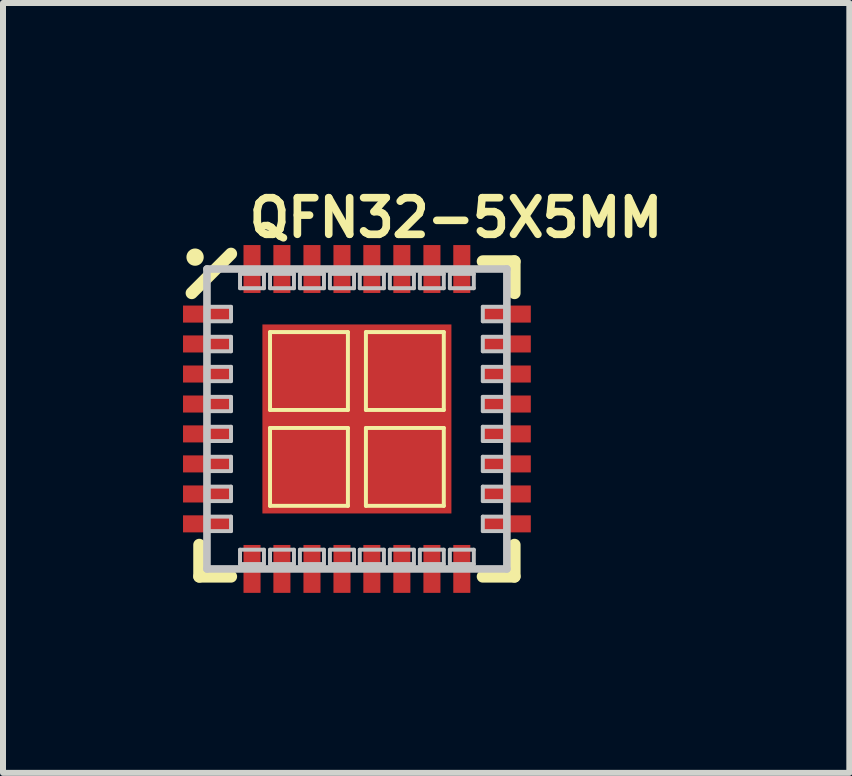
<source format=kicad_pcb>
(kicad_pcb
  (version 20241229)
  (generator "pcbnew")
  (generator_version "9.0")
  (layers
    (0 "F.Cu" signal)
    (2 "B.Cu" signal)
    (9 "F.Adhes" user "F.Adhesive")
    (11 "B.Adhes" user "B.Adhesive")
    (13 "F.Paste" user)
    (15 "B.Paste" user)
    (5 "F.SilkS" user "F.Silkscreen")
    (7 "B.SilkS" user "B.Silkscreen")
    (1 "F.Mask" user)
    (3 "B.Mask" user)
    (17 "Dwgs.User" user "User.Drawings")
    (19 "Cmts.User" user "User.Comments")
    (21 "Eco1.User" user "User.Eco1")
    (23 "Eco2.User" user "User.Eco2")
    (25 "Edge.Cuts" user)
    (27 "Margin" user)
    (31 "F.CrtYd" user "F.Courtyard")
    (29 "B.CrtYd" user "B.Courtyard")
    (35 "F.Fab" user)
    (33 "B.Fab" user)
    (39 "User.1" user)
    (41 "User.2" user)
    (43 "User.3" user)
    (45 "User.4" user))
  (footprint "QFN32-5X5MM"
    (layer "F.Cu")
    (at 2.898 3.932)
    (property "Reference" "QFN32-5X5MM" (at 1.651 -3.353 0) (layer "F.SilkS") (effects (font (size 0.61 0.61) (thickness 0.127))))
    (attr smd)
    (fp_line (start -2.626 2.626) (end -2.626 2.098) (stroke (width 0.203) (type solid)) (layer "F.SilkS"))
    (fp_line (start -2.098 -2.753) (end -2.753 -2.098) (stroke (width 0.203) (type solid)) (layer "F.SilkS"))
    (fp_line (start -2.098 2.626) (end -2.626 2.626) (stroke (width 0.203) (type solid)) (layer "F.SilkS"))
    (fp_line (start -1.448 -1.448) (end -0.15 -1.448) (stroke (width 0.066) (type solid)) (layer "F.SilkS"))
    (fp_line (start -1.448 -0.15) (end -1.448 -1.448) (stroke (width 0.066) (type solid)) (layer "F.SilkS"))
    (fp_line (start -1.448 -0.15) (end -0.15 -0.15) (stroke (width 0.066) (type solid)) (layer "F.SilkS"))
    (fp_line (start -1.448 0.15) (end -0.15 0.15) (stroke (width 0.066) (type solid)) (layer "F.SilkS"))
    (fp_line (start -1.448 1.448) (end -1.448 0.15) (stroke (width 0.066) (type solid)) (layer "F.SilkS"))
    (fp_line (start -1.448 1.448) (end -0.15 1.448) (stroke (width 0.066) (type solid)) (layer "F.SilkS"))
    (fp_line (start -0.15 -0.15) (end -0.15 -1.448) (stroke (width 0.066) (type solid)) (layer "F.SilkS"))
    (fp_line (start -0.15 1.448) (end -0.15 0.15) (stroke (width 0.066) (type solid)) (layer "F.SilkS"))
    (fp_line (start 0.15 -1.448) (end 1.448 -1.448) (stroke (width 0.066) (type solid)) (layer "F.SilkS"))
    (fp_line (start 0.15 -0.15) (end 0.15 -1.448) (stroke (width 0.066) (type solid)) (layer "F.SilkS"))
    (fp_line (start 0.15 -0.15) (end 1.448 -0.15) (stroke (width 0.066) (type solid)) (layer "F.SilkS"))
    (fp_line (start 0.15 0.15) (end 1.448 0.15) (stroke (width 0.066) (type solid)) (layer "F.SilkS"))
    (fp_line (start 0.15 1.448) (end 0.15 0.15) (stroke (width 0.066) (type solid)) (layer "F.SilkS"))
    (fp_line (start 0.15 1.448) (end 1.448 1.448) (stroke (width 0.066) (type solid)) (layer "F.SilkS"))
    (fp_line (start 1.448 -0.15) (end 1.448 -1.448) (stroke (width 0.066) (type solid)) (layer "F.SilkS"))
    (fp_line (start 1.448 1.448) (end 1.448 0.15) (stroke (width 0.066) (type solid)) (layer "F.SilkS"))
    (fp_line (start 2.098 -2.626) (end 2.626 -2.626) (stroke (width 0.203) (type solid)) (layer "F.SilkS"))
    (fp_line (start 2.626 -2.626) (end 2.626 -2.098) (stroke (width 0.203) (type solid)) (layer "F.SilkS"))
    (fp_line (start 2.626 2.098) (end 2.626 2.626) (stroke (width 0.203) (type solid)) (layer "F.SilkS"))
    (fp_line (start 2.626 2.626) (end 2.098 2.626) (stroke (width 0.203) (type solid)) (layer "F.SilkS"))
    (fp_circle (center -2.697 -2.697) (end -2.799 -2.799) (stroke (width 0) (type solid)) (fill yes) (layer "F.SilkS"))
    (fp_line (start -2.499 -2.499) (end -2.499 2.499) (stroke (width 0.127) (type solid)) (layer "Dwgs.User"))
    (fp_line (start -2.499 -1.869) (end -2.098 -1.869) (stroke (width 0.066) (type solid)) (layer "Dwgs.User"))
    (fp_line (start -2.499 -1.628) (end -2.499 -1.869) (stroke (width 0.066) (type solid)) (layer "Dwgs.User"))
    (fp_line (start -2.499 -1.628) (end -2.098 -1.628) (stroke (width 0.066) (type solid)) (layer "Dwgs.User"))
    (fp_line (start -2.499 -1.369) (end -2.098 -1.369) (stroke (width 0.066) (type solid)) (layer "Dwgs.User"))
    (fp_line (start -2.499 -1.128) (end -2.499 -1.369) (stroke (width 0.066) (type solid)) (layer "Dwgs.User"))
    (fp_line (start -2.499 -1.128) (end -2.098 -1.128) (stroke (width 0.066) (type solid)) (layer "Dwgs.User"))
    (fp_line (start -2.499 -0.869) (end -2.098 -0.869) (stroke (width 0.066) (type solid)) (layer "Dwgs.User"))
    (fp_line (start -2.499 -0.63) (end -2.499 -0.869) (stroke (width 0.066) (type solid)) (layer "Dwgs.User"))
    (fp_line (start -2.499 -0.63) (end -2.098 -0.63) (stroke (width 0.066) (type solid)) (layer "Dwgs.User"))
    (fp_line (start -2.499 -0.368) (end -2.098 -0.368) (stroke (width 0.066) (type solid)) (layer "Dwgs.User"))
    (fp_line (start -2.499 -0.13) (end -2.499 -0.368) (stroke (width 0.066) (type solid)) (layer "Dwgs.User"))
    (fp_line (start -2.499 -0.13) (end -2.098 -0.13) (stroke (width 0.066) (type solid)) (layer "Dwgs.User"))
    (fp_line (start -2.499 0.13) (end -2.098 0.13) (stroke (width 0.066) (type solid)) (layer "Dwgs.User"))
    (fp_line (start -2.499 0.368) (end -2.499 0.13) (stroke (width 0.066) (type solid)) (layer "Dwgs.User"))
    (fp_line (start -2.499 0.368) (end -2.098 0.368) (stroke (width 0.066) (type solid)) (layer "Dwgs.User"))
    (fp_line (start -2.499 0.63) (end -2.098 0.63) (stroke (width 0.066) (type solid)) (layer "Dwgs.User"))
    (fp_line (start -2.499 0.869) (end -2.499 0.63) (stroke (width 0.066) (type solid)) (layer "Dwgs.User"))
    (fp_line (start -2.499 0.869) (end -2.098 0.869) (stroke (width 0.066) (type solid)) (layer "Dwgs.User"))
    (fp_line (start -2.499 1.128) (end -2.098 1.128) (stroke (width 0.066) (type solid)) (layer "Dwgs.User"))
    (fp_line (start -2.499 1.369) (end -2.499 1.128) (stroke (width 0.066) (type solid)) (layer "Dwgs.User"))
    (fp_line (start -2.499 1.369) (end -2.098 1.369) (stroke (width 0.066) (type solid)) (layer "Dwgs.User"))
    (fp_line (start -2.499 1.628) (end -2.098 1.628) (stroke (width 0.066) (type solid)) (layer "Dwgs.User"))
    (fp_line (start -2.499 1.869) (end -2.499 1.628) (stroke (width 0.066) (type solid)) (layer "Dwgs.User"))
    (fp_line (start -2.499 1.869) (end -2.098 1.869) (stroke (width 0.066) (type solid)) (layer "Dwgs.User"))
    (fp_line (start -2.499 2.499) (end 2.499 2.499) (stroke (width 0.127) (type solid)) (layer "Dwgs.User"))
    (fp_line (start -2.098 -1.628) (end -2.098 -1.869) (stroke (width 0.066) (type solid)) (layer "Dwgs.User"))
    (fp_line (start -2.098 -1.128) (end -2.098 -1.369) (stroke (width 0.066) (type solid)) (layer "Dwgs.User"))
    (fp_line (start -2.098 -0.63) (end -2.098 -0.869) (stroke (width 0.066) (type solid)) (layer "Dwgs.User"))
    (fp_line (start -2.098 -0.13) (end -2.098 -0.368) (stroke (width 0.066) (type solid)) (layer "Dwgs.User"))
    (fp_line (start -2.098 0.368) (end -2.098 0.13) (stroke (width 0.066) (type solid)) (layer "Dwgs.User"))
    (fp_line (start -2.098 0.869) (end -2.098 0.63) (stroke (width 0.066) (type solid)) (layer "Dwgs.User"))
    (fp_line (start -2.098 1.369) (end -2.098 1.128) (stroke (width 0.066) (type solid)) (layer "Dwgs.User"))
    (fp_line (start -2.098 1.869) (end -2.098 1.628) (stroke (width 0.066) (type solid)) (layer "Dwgs.User"))
    (fp_line (start -1.948 -2.418) (end -1.549 -2.418) (stroke (width 0.066) (type solid)) (layer "Dwgs.User"))
    (fp_line (start -1.948 -2.179) (end -1.948 -2.418) (stroke (width 0.066) (type solid)) (layer "Dwgs.User"))
    (fp_line (start -1.948 -2.179) (end -1.549 -2.179) (stroke (width 0.066) (type solid)) (layer "Dwgs.User"))
    (fp_line (start -1.948 2.179) (end -1.549 2.179) (stroke (width 0.066) (type solid)) (layer "Dwgs.User"))
    (fp_line (start -1.948 2.418) (end -1.948 2.179) (stroke (width 0.066) (type solid)) (layer "Dwgs.User"))
    (fp_line (start -1.948 2.418) (end -1.549 2.418) (stroke (width 0.066) (type solid)) (layer "Dwgs.User"))
    (fp_line (start -1.549 -2.179) (end -1.549 -2.418) (stroke (width 0.066) (type solid)) (layer "Dwgs.User"))
    (fp_line (start -1.549 2.418) (end -1.549 2.179) (stroke (width 0.066) (type solid)) (layer "Dwgs.User"))
    (fp_line (start -1.448 -2.418) (end -1.049 -2.418) (stroke (width 0.066) (type solid)) (layer "Dwgs.User"))
    (fp_line (start -1.448 -2.179) (end -1.448 -2.418) (stroke (width 0.066) (type solid)) (layer "Dwgs.User"))
    (fp_line (start -1.448 -2.179) (end -1.049 -2.179) (stroke (width 0.066) (type solid)) (layer "Dwgs.User"))
    (fp_line (start -1.448 2.179) (end -1.049 2.179) (stroke (width 0.066) (type solid)) (layer "Dwgs.User"))
    (fp_line (start -1.448 2.418) (end -1.448 2.179) (stroke (width 0.066) (type solid)) (layer "Dwgs.User"))
    (fp_line (start -1.448 2.418) (end -1.049 2.418) (stroke (width 0.066) (type solid)) (layer "Dwgs.User"))
    (fp_line (start -1.049 -2.179) (end -1.049 -2.418) (stroke (width 0.066) (type solid)) (layer "Dwgs.User"))
    (fp_line (start -1.049 2.418) (end -1.049 2.179) (stroke (width 0.066) (type solid)) (layer "Dwgs.User"))
    (fp_line (start -0.95 -2.418) (end -0.549 -2.418) (stroke (width 0.066) (type solid)) (layer "Dwgs.User"))
    (fp_line (start -0.95 -2.179) (end -0.95 -2.418) (stroke (width 0.066) (type solid)) (layer "Dwgs.User"))
    (fp_line (start -0.95 -2.179) (end -0.549 -2.179) (stroke (width 0.066) (type solid)) (layer "Dwgs.User"))
    (fp_line (start -0.95 2.179) (end -0.549 2.179) (stroke (width 0.066) (type solid)) (layer "Dwgs.User"))
    (fp_line (start -0.95 2.418) (end -0.95 2.179) (stroke (width 0.066) (type solid)) (layer "Dwgs.User"))
    (fp_line (start -0.95 2.418) (end -0.549 2.418) (stroke (width 0.066) (type solid)) (layer "Dwgs.User"))
    (fp_line (start -0.549 -2.179) (end -0.549 -2.418) (stroke (width 0.066) (type solid)) (layer "Dwgs.User"))
    (fp_line (start -0.549 2.418) (end -0.549 2.179) (stroke (width 0.066) (type solid)) (layer "Dwgs.User"))
    (fp_line (start -0.45 -2.418) (end -0.048 -2.418) (stroke (width 0.066) (type solid)) (layer "Dwgs.User"))
    (fp_line (start -0.45 -2.179) (end -0.45 -2.418) (stroke (width 0.066) (type solid)) (layer "Dwgs.User"))
    (fp_line (start -0.45 -2.179) (end -0.048 -2.179) (stroke (width 0.066) (type solid)) (layer "Dwgs.User"))
    (fp_line (start -0.45 2.179) (end -0.048 2.179) (stroke (width 0.066) (type solid)) (layer "Dwgs.User"))
    (fp_line (start -0.45 2.418) (end -0.45 2.179) (stroke (width 0.066) (type solid)) (layer "Dwgs.User"))
    (fp_line (start -0.45 2.418) (end -0.048 2.418) (stroke (width 0.066) (type solid)) (layer "Dwgs.User"))
    (fp_line (start -0.048 -2.179) (end -0.048 -2.418) (stroke (width 0.066) (type solid)) (layer "Dwgs.User"))
    (fp_line (start -0.048 2.418) (end -0.048 2.179) (stroke (width 0.066) (type solid)) (layer "Dwgs.User"))
    (fp_line (start 0.048 -2.418) (end 0.45 -2.418) (stroke (width 0.066) (type solid)) (layer "Dwgs.User"))
    (fp_line (start 0.048 -2.179) (end 0.048 -2.418) (stroke (width 0.066) (type solid)) (layer "Dwgs.User"))
    (fp_line (start 0.048 -2.179) (end 0.45 -2.179) (stroke (width 0.066) (type solid)) (layer "Dwgs.User"))
    (fp_line (start 0.048 2.179) (end 0.45 2.179) (stroke (width 0.066) (type solid)) (layer "Dwgs.User"))
    (fp_line (start 0.048 2.418) (end 0.048 2.179) (stroke (width 0.066) (type solid)) (layer "Dwgs.User"))
    (fp_line (start 0.048 2.418) (end 0.45 2.418) (stroke (width 0.066) (type solid)) (layer "Dwgs.User"))
    (fp_line (start 0.45 -2.179) (end 0.45 -2.418) (stroke (width 0.066) (type solid)) (layer "Dwgs.User"))
    (fp_line (start 0.45 2.418) (end 0.45 2.179) (stroke (width 0.066) (type solid)) (layer "Dwgs.User"))
    (fp_line (start 0.549 -2.418) (end 0.95 -2.418) (stroke (width 0.066) (type solid)) (layer "Dwgs.User"))
    (fp_line (start 0.549 -2.179) (end 0.549 -2.418) (stroke (width 0.066) (type solid)) (layer "Dwgs.User"))
    (fp_line (start 0.549 -2.179) (end 0.95 -2.179) (stroke (width 0.066) (type solid)) (layer "Dwgs.User"))
    (fp_line (start 0.549 2.179) (end 0.95 2.179) (stroke (width 0.066) (type solid)) (layer "Dwgs.User"))
    (fp_line (start 0.549 2.418) (end 0.549 2.179) (stroke (width 0.066) (type solid)) (layer "Dwgs.User"))
    (fp_line (start 0.549 2.418) (end 0.95 2.418) (stroke (width 0.066) (type solid)) (layer "Dwgs.User"))
    (fp_line (start 0.95 -2.179) (end 0.95 -2.418) (stroke (width 0.066) (type solid)) (layer "Dwgs.User"))
    (fp_line (start 0.95 2.418) (end 0.95 2.179) (stroke (width 0.066) (type solid)) (layer "Dwgs.User"))
    (fp_line (start 1.049 -2.418) (end 1.448 -2.418) (stroke (width 0.066) (type solid)) (layer "Dwgs.User"))
    (fp_line (start 1.049 -2.179) (end 1.049 -2.418) (stroke (width 0.066) (type solid)) (layer "Dwgs.User"))
    (fp_line (start 1.049 -2.179) (end 1.448 -2.179) (stroke (width 0.066) (type solid)) (layer "Dwgs.User"))
    (fp_line (start 1.049 2.179) (end 1.448 2.179) (stroke (width 0.066) (type solid)) (layer "Dwgs.User"))
    (fp_line (start 1.049 2.418) (end 1.049 2.179) (stroke (width 0.066) (type solid)) (layer "Dwgs.User"))
    (fp_line (start 1.049 2.418) (end 1.448 2.418) (stroke (width 0.066) (type solid)) (layer "Dwgs.User"))
    (fp_line (start 1.448 -2.179) (end 1.448 -2.418) (stroke (width 0.066) (type solid)) (layer "Dwgs.User"))
    (fp_line (start 1.448 2.418) (end 1.448 2.179) (stroke (width 0.066) (type solid)) (layer "Dwgs.User"))
    (fp_line (start 1.549 -2.418) (end 1.948 -2.418) (stroke (width 0.066) (type solid)) (layer "Dwgs.User"))
    (fp_line (start 1.549 -2.179) (end 1.549 -2.418) (stroke (width 0.066) (type solid)) (layer "Dwgs.User"))
    (fp_line (start 1.549 -2.179) (end 1.948 -2.179) (stroke (width 0.066) (type solid)) (layer "Dwgs.User"))
    (fp_line (start 1.549 2.179) (end 1.948 2.179) (stroke (width 0.066) (type solid)) (layer "Dwgs.User"))
    (fp_line (start 1.549 2.418) (end 1.549 2.179) (stroke (width 0.066) (type solid)) (layer "Dwgs.User"))
    (fp_line (start 1.549 2.418) (end 1.948 2.418) (stroke (width 0.066) (type solid)) (layer "Dwgs.User"))
    (fp_line (start 1.948 -2.179) (end 1.948 -2.418) (stroke (width 0.066) (type solid)) (layer "Dwgs.User"))
    (fp_line (start 1.948 2.418) (end 1.948 2.179) (stroke (width 0.066) (type solid)) (layer "Dwgs.User"))
    (fp_line (start 2.098 -1.869) (end 2.499 -1.869) (stroke (width 0.066) (type solid)) (layer "Dwgs.User"))
    (fp_line (start 2.098 -1.628) (end 2.098 -1.869) (stroke (width 0.066) (type solid)) (layer "Dwgs.User"))
    (fp_line (start 2.098 -1.628) (end 2.499 -1.628) (stroke (width 0.066) (type solid)) (layer "Dwgs.User"))
    (fp_line (start 2.098 -1.369) (end 2.499 -1.369) (stroke (width 0.066) (type solid)) (layer "Dwgs.User"))
    (fp_line (start 2.098 -1.128) (end 2.098 -1.369) (stroke (width 0.066) (type solid)) (layer "Dwgs.User"))
    (fp_line (start 2.098 -1.128) (end 2.499 -1.128) (stroke (width 0.066) (type solid)) (layer "Dwgs.User"))
    (fp_line (start 2.098 -0.869) (end 2.499 -0.869) (stroke (width 0.066) (type solid)) (layer "Dwgs.User"))
    (fp_line (start 2.098 -0.63) (end 2.098 -0.869) (stroke (width 0.066) (type solid)) (layer "Dwgs.User"))
    (fp_line (start 2.098 -0.63) (end 2.499 -0.63) (stroke (width 0.066) (type solid)) (layer "Dwgs.User"))
    (fp_line (start 2.098 -0.368) (end 2.499 -0.368) (stroke (width 0.066) (type solid)) (layer "Dwgs.User"))
    (fp_line (start 2.098 -0.13) (end 2.098 -0.368) (stroke (width 0.066) (type solid)) (layer "Dwgs.User"))
    (fp_line (start 2.098 -0.13) (end 2.499 -0.13) (stroke (width 0.066) (type solid)) (layer "Dwgs.User"))
    (fp_line (start 2.098 0.13) (end 2.499 0.13) (stroke (width 0.066) (type solid)) (layer "Dwgs.User"))
    (fp_line (start 2.098 0.368) (end 2.098 0.13) (stroke (width 0.066) (type solid)) (layer "Dwgs.User"))
    (fp_line (start 2.098 0.368) (end 2.499 0.368) (stroke (width 0.066) (type solid)) (layer "Dwgs.User"))
    (fp_line (start 2.098 0.63) (end 2.499 0.63) (stroke (width 0.066) (type solid)) (layer "Dwgs.User"))
    (fp_line (start 2.098 0.869) (end 2.098 0.63) (stroke (width 0.066) (type solid)) (layer "Dwgs.User"))
    (fp_line (start 2.098 0.869) (end 2.499 0.869) (stroke (width 0.066) (type solid)) (layer "Dwgs.User"))
    (fp_line (start 2.098 1.128) (end 2.499 1.128) (stroke (width 0.066) (type solid)) (layer "Dwgs.User"))
    (fp_line (start 2.098 1.369) (end 2.098 1.128) (stroke (width 0.066) (type solid)) (layer "Dwgs.User"))
    (fp_line (start 2.098 1.369) (end 2.499 1.369) (stroke (width 0.066) (type solid)) (layer "Dwgs.User"))
    (fp_line (start 2.098 1.628) (end 2.499 1.628) (stroke (width 0.066) (type solid)) (layer "Dwgs.User"))
    (fp_line (start 2.098 1.869) (end 2.098 1.628) (stroke (width 0.066) (type solid)) (layer "Dwgs.User"))
    (fp_line (start 2.098 1.869) (end 2.499 1.869) (stroke (width 0.066) (type solid)) (layer "Dwgs.User"))
    (fp_line (start 2.499 -2.499) (end -2.499 -2.499) (stroke (width 0.127) (type solid)) (layer "Dwgs.User"))
    (fp_line (start 2.499 -1.628) (end 2.499 -1.869) (stroke (width 0.066) (type solid)) (layer "Dwgs.User"))
    (fp_line (start 2.499 -1.128) (end 2.499 -1.369) (stroke (width 0.066) (type solid)) (layer "Dwgs.User"))
    (fp_line (start 2.499 -0.63) (end 2.499 -0.869) (stroke (width 0.066) (type solid)) (layer "Dwgs.User"))
    (fp_line (start 2.499 -0.13) (end 2.499 -0.368) (stroke (width 0.066) (type solid)) (layer "Dwgs.User"))
    (fp_line (start 2.499 0.368) (end 2.499 0.13) (stroke (width 0.066) (type solid)) (layer "Dwgs.User"))
    (fp_line (start 2.499 0.869) (end 2.499 0.63) (stroke (width 0.066) (type solid)) (layer "Dwgs.User"))
    (fp_line (start 2.499 1.369) (end 2.499 1.128) (stroke (width 0.066) (type solid)) (layer "Dwgs.User"))
    (fp_line (start 2.499 1.869) (end 2.499 1.628) (stroke (width 0.066) (type solid)) (layer "Dwgs.User"))
    (fp_line (start 2.499 2.499) (end 2.499 -2.499) (stroke (width 0.127) (type solid)) (layer "Dwgs.User"))
    (pad "1" smd rect (at -2.499 -1.748) (size 0.798 0.284) (layers "F.Cu" "F.Mask" "F.Paste"))
    (pad "2" smd rect (at -2.499 -1.25) (size 0.798 0.284) (layers "F.Cu" "F.Mask" "F.Paste"))
    (pad "3" smd rect (at -2.499 -0.749) (size 0.798 0.284) (layers "F.Cu" "F.Mask" "F.Paste"))
    (pad "4" smd rect (at -2.499 -0.249) (size 0.798 0.284) (layers "F.Cu" "F.Mask" "F.Paste"))
    (pad "5" smd rect (at -2.499 0.249) (size 0.798 0.284) (layers "F.Cu" "F.Mask" "F.Paste"))
    (pad "6" smd rect (at -2.499 0.749) (size 0.798 0.284) (layers "F.Cu" "F.Mask" "F.Paste"))
    (pad "7" smd rect (at -2.499 1.25) (size 0.798 0.284) (layers "F.Cu" "F.Mask" "F.Paste"))
    (pad "8" smd rect (at -2.499 1.748) (size 0.798 0.284) (layers "F.Cu" "F.Mask" "F.Paste"))
    (pad "9" smd rect (at -1.748 2.499 90) (size 0.798 0.284) (layers "F.Cu" "F.Mask" "F.Paste"))
    (pad "10" smd rect (at -1.25 2.499 90) (size 0.798 0.284) (layers "F.Cu" "F.Mask" "F.Paste"))
    (pad "11" smd rect (at -0.749 2.499 90) (size 0.798 0.284) (layers "F.Cu" "F.Mask" "F.Paste"))
    (pad "12" smd rect (at -0.249 2.499 90) (size 0.798 0.284) (layers "F.Cu" "F.Mask" "F.Paste"))
    (pad "13" smd rect (at 0.249 2.499 90) (size 0.798 0.284) (layers "F.Cu" "F.Mask" "F.Paste"))
    (pad "14" smd rect (at 0.749 2.499 90) (size 0.798 0.284) (layers "F.Cu" "F.Mask" "F.Paste"))
    (pad "15" smd rect (at 1.25 2.499 90) (size 0.798 0.284) (layers "F.Cu" "F.Mask" "F.Paste"))
    (pad "16" smd rect (at 1.748 2.499 90) (size 0.798 0.284) (layers "F.Cu" "F.Mask" "F.Paste"))
    (pad "17" smd rect (at 2.499 1.748 180) (size 0.798 0.284) (layers "F.Cu" "F.Mask" "F.Paste"))
    (pad "18" smd rect (at 2.499 1.25 180) (size 0.798 0.284) (layers "F.Cu" "F.Mask" "F.Paste"))
    (pad "19" smd rect (at 2.499 0.749 180) (size 0.798 0.284) (layers "F.Cu" "F.Mask" "F.Paste"))
    (pad "20" smd rect (at 2.499 0.249 180) (size 0.798 0.284) (layers "F.Cu" "F.Mask" "F.Paste"))
    (pad "21" smd rect (at 2.499 -0.249 180) (size 0.798 0.284) (layers "F.Cu" "F.Mask" "F.Paste"))
    (pad "22" smd rect (at 2.499 -0.749 180) (size 0.798 0.284) (layers "F.Cu" "F.Mask" "F.Paste"))
    (pad "23" smd rect (at 2.499 -1.25 180) (size 0.798 0.284) (layers "F.Cu" "F.Mask" "F.Paste"))
    (pad "24" smd rect (at 2.499 -1.748 180) (size 0.798 0.284) (layers "F.Cu" "F.Mask" "F.Paste"))
    (pad "25" smd rect (at 1.748 -2.499 270) (size 0.798 0.284) (layers "F.Cu" "F.Mask" "F.Paste"))
    (pad "26" smd rect (at 1.25 -2.499 270) (size 0.798 0.284) (layers "F.Cu" "F.Mask" "F.Paste"))
    (pad "27" smd rect (at 0.749 -2.499 270) (size 0.798 0.284) (layers "F.Cu" "F.Mask" "F.Paste"))
    (pad "28" smd rect (at 0.249 -2.499 270) (size 0.798 0.284) (layers "F.Cu" "F.Mask" "F.Paste"))
    (pad "29" smd rect (at -0.249 -2.499 270) (size 0.798 0.284) (layers "F.Cu" "F.Mask" "F.Paste"))
    (pad "30" smd rect (at -0.749 -2.499 270) (size 0.798 0.284) (layers "F.Cu" "F.Mask" "F.Paste"))
    (pad "31" smd rect (at -1.25 -2.499 270) (size 0.798 0.284) (layers "F.Cu" "F.Mask" "F.Paste"))
    (pad "32" smd rect (at -1.748 -2.499 270) (size 0.798 0.284) (layers "F.Cu" "F.Mask" "F.Paste"))
    (pad "EP" smd rect (at 0 0) (size 3.15 3.15) (layers "F.Cu" "F.Mask" "F.Paste")))
  (gr_rect
    (start -3 -3)
    (end 11.104 9.83)
    (stroke (width 0.1) (type default))
    (fill no)
    (layer "Edge.Cuts")))
</source>
